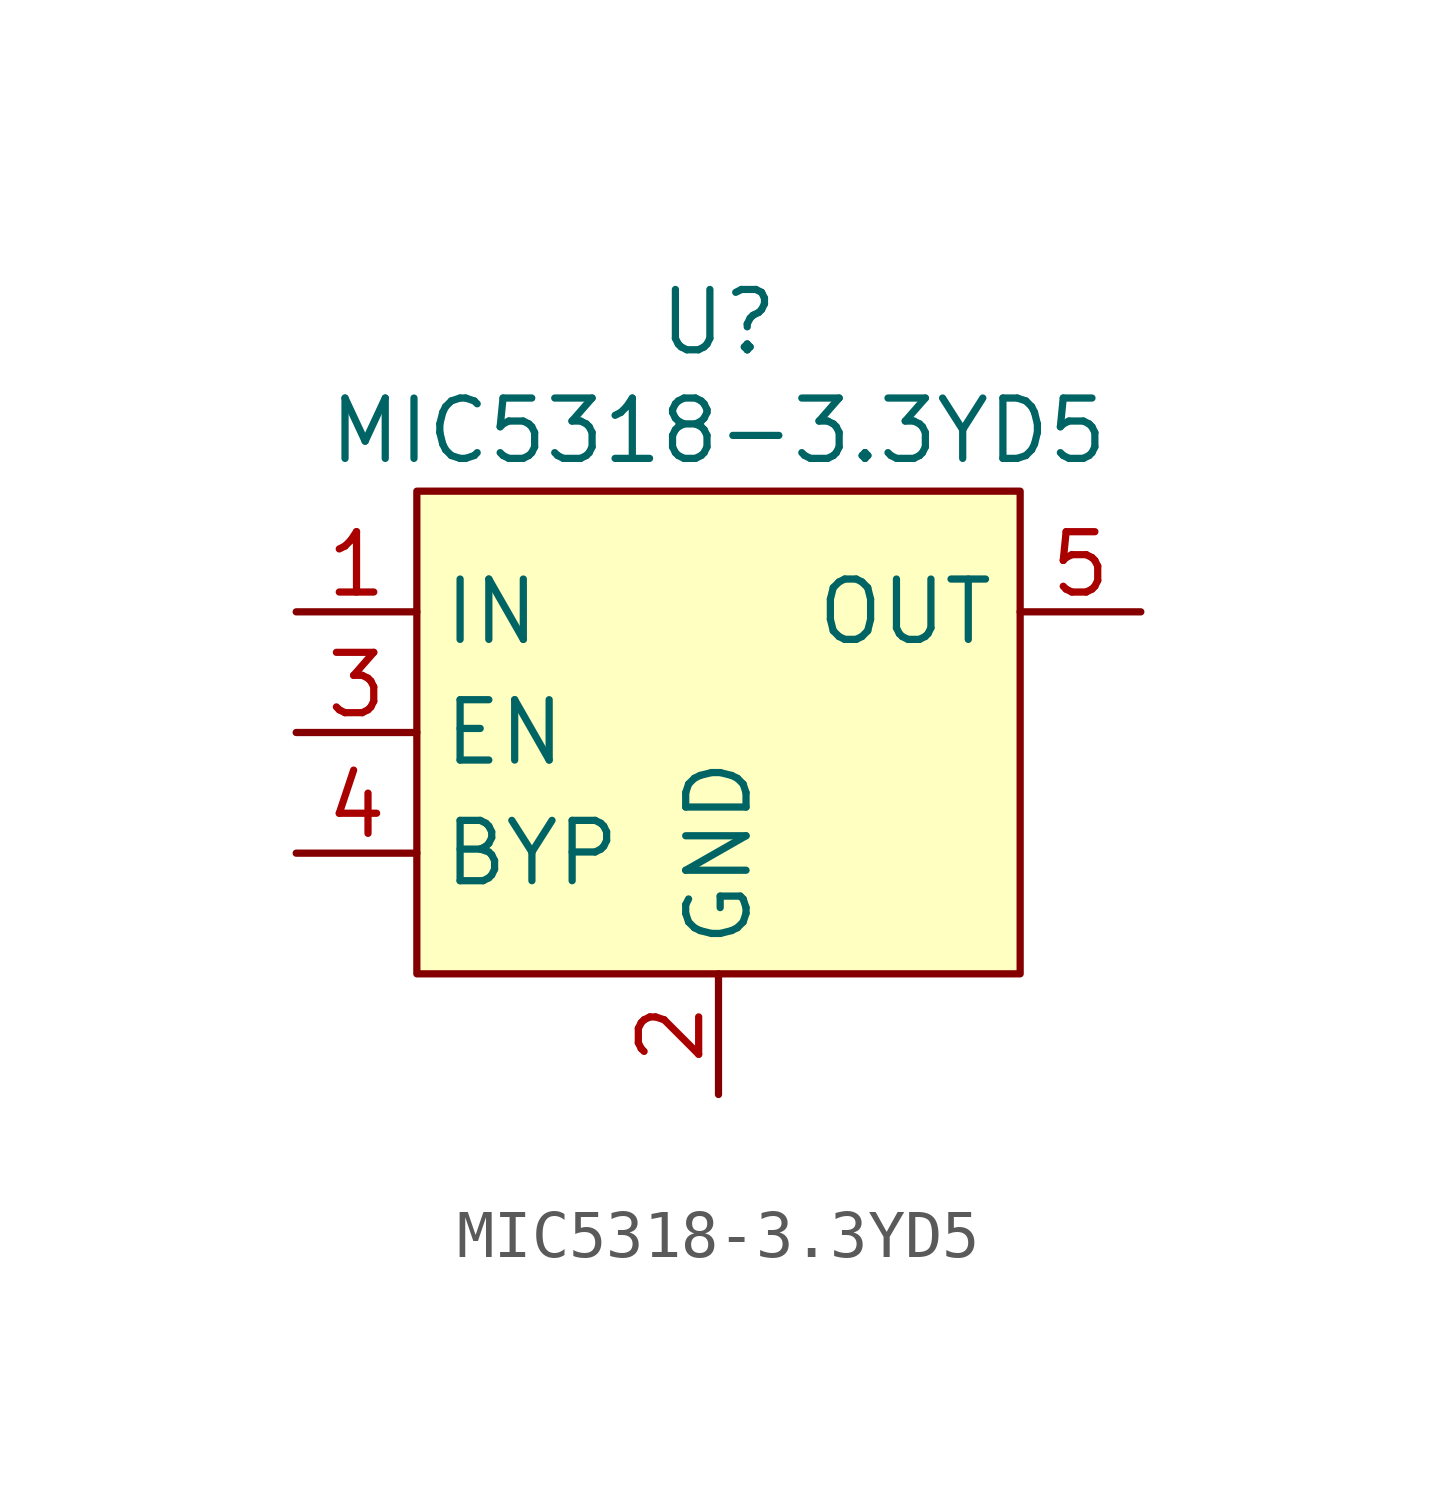
<source format=kicad_sym>
(kicad_symbol_lib
  (version 20241209)
  (generator "kicad_symbol_editor")
  (generator_version "9.0")
  (symbol "MIC5318-3.3YD5"
    (property "Reference" "U"
      (at 0 3.556 0)
      (effects (font (size 1.27 1.27))))
    (property "Value" "MIC5318-3.3YD5"
      (at 0 1.27 0)
      (effects (font (size 1.27 1.27))))
    (symbol "MIC5318-3.3YD5_0_0"
      (pin power_in line (at -8.89 -2.54 0) (length 2.54) (name "IN" (effects (font (size 1.27 1.27)))) (number "1" (effects (font (size 1.27 1.27)))))
      (pin input line (at -8.89 -5.08 0) (length 2.54) (name "EN" (effects (font (size 1.27 1.27)))) (number "3" (effects (font (size 1.27 1.27)))))
      (pin input line (at -8.89 -7.62 0) (length 2.54) (name "BYP" (effects (font (size 1.27 1.27)))) (number "4" (effects (font (size 1.27 1.27)))))
      (pin power_in line (at 0 -12.7 90) (length 2.54) (name "GND" (effects (font (size 1.27 1.27)))) (number "2" (effects (font (size 1.27 1.27)))))
      (pin power_out line (at 8.89 -2.54 180) (length 2.54) (name "OUT" (effects (font (size 1.27 1.27)))) (number "5" (effects (font (size 1.27 1.27))))))
    (symbol "MIC5318-3.3YD5_1_1"
      (rectangle (start -6.35 0) (end 6.35 -10.16) (stroke (width 0) (type solid)) (fill (type background))))))
</source>
